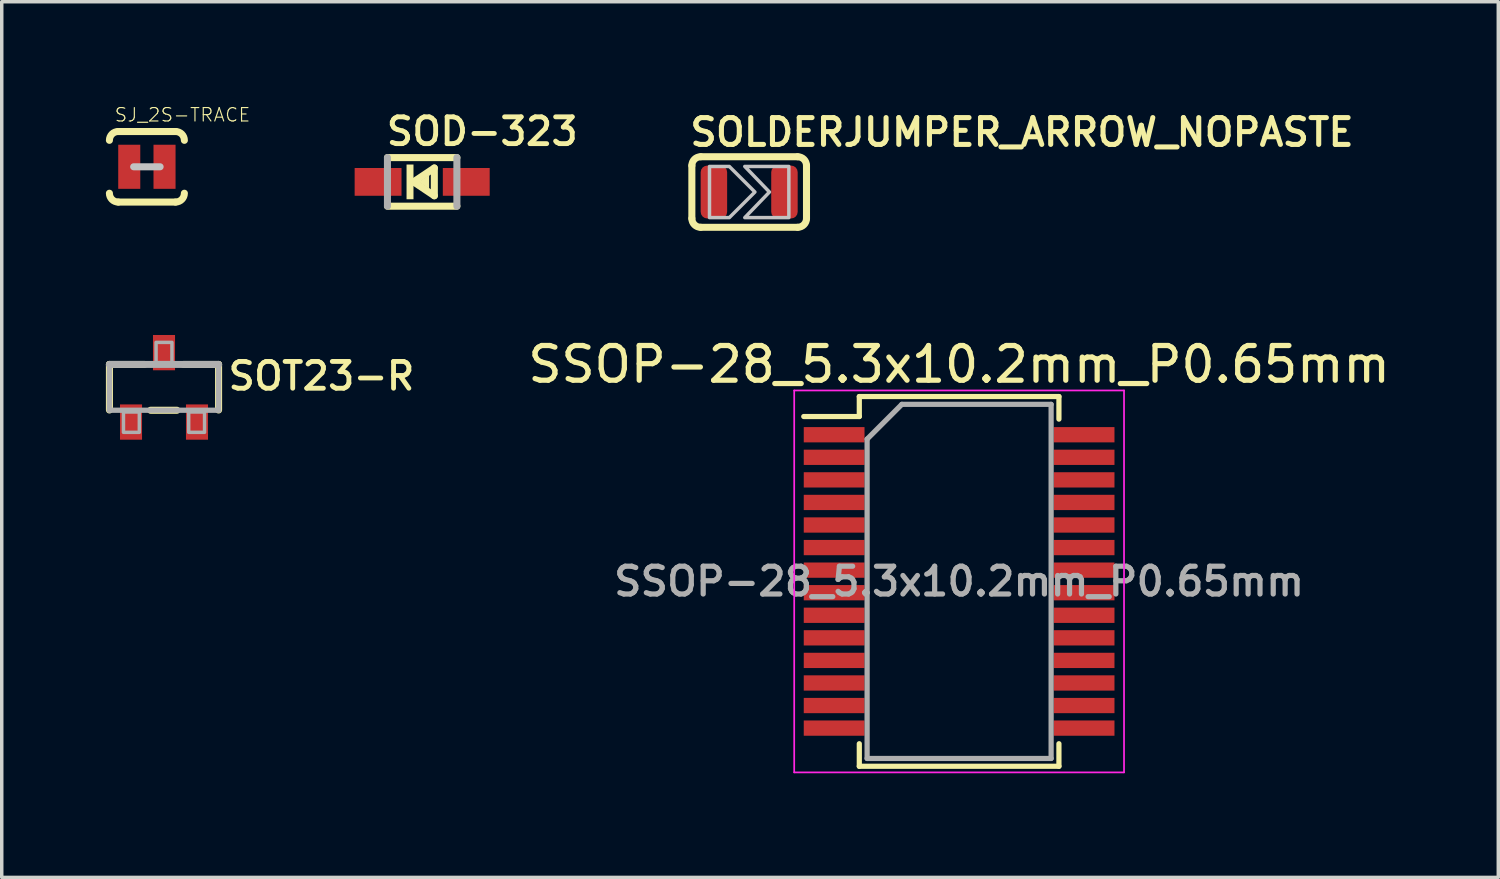
<source format=kicad_pcb>
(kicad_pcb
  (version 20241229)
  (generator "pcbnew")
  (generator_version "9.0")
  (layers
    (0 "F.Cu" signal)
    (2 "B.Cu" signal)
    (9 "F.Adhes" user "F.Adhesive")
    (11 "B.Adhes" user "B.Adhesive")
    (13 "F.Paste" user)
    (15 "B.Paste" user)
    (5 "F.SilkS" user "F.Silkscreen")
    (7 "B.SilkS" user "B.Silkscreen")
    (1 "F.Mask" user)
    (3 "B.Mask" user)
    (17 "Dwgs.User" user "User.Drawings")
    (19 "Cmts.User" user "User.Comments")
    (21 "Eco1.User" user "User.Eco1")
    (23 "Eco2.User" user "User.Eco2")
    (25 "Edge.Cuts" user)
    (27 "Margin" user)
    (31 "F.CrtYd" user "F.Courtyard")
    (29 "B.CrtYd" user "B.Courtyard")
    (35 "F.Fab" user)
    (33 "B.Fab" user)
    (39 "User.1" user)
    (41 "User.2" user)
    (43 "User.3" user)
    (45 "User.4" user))
  (footprint "SOLDERJUMPER_ARROW_NOPASTE"
    (layer "F.Cu")
    (at 18.529 2.481)
    (property "Reference" "SOLDERJUMPER_ARROW_NOPASTE" (at -1.778 -1.27 0) (layer "F.SilkS") (effects (font (size 0.772 0.772) (thickness 0.146)) (justify left bottom)))
    (attr through_hole)
    (fp_poly (pts (xy -1.46 0.826) (xy 1.46 0.826) (xy 1.46 -0.826) (xy -1.46 -0.826)) (stroke (width 0) (type solid)) (fill yes) (layer "F.Mask"))
    (fp_line (start -1.651 0.762) (end -1.651 -0.762) (stroke (width 0.203) (type solid)) (layer "F.SilkS"))
    (fp_line (start -1.397 -1.016) (end 1.397 -1.016) (stroke (width 0.203) (type solid)) (layer "F.SilkS"))
    (fp_line (start 1.397 1.016) (end -1.397 1.016) (stroke (width 0.203) (type solid)) (layer "F.SilkS"))
    (fp_line (start 1.651 0.762) (end 1.651 -0.762) (stroke (width 0.203) (type solid)) (layer "F.SilkS"))
    (fp_arc (start -1.651 -0.762) (mid -1.576605 -0.941605) (end -1.397 -1.016) (stroke (width 0.2032) (type solid)) (layer "F.SilkS"))
    (fp_arc (start -1.397 1.016) (mid -1.576605 0.941605) (end -1.651 0.762) (stroke (width 0.2032) (type solid)) (layer "F.SilkS"))
    (fp_arc (start 1.397 -1.016) (mid 1.576605 -0.941605) (end 1.651 -0.762) (stroke (width 0.2032) (type solid)) (layer "F.SilkS"))
    (fp_arc (start 1.651 0.762) (mid 1.576605 0.941605) (end 1.397 1.016) (stroke (width 0.2032) (type solid)) (layer "F.SilkS"))
    (fp_poly (pts (xy -1.143 -0.737) (xy -0.572 -0.737) (xy 0.165 0) (xy -0.572 0.737) (xy -1.143 0.737)) (stroke (width 0.1) (type solid)) (fill no) (layer "Dwgs.User"))
    (fp_poly (pts (xy -0.127 -0.737) (xy 0.584 0) (xy -0.127 0.737) (xy 1.143 0.737) (xy 1.143 -0.737)) (stroke (width 0.1) (type solid)) (fill no) (layer "Dwgs.User"))
    (pad "1" smd roundrect (at -1.016 0) (size 0.762 1.524) (layers "F.Cu" "F.Mask") (roundrect_rratio 0.25))
    (pad "2" smd roundrect (at 1.016 0) (size 0.762 1.524) (layers "F.Cu" "F.Mask") (roundrect_rratio 0.25)))
  (footprint "SSOP-28_5.3x10.2mm_P0.65mm"
    (layer "F.Cu")
    (at 24.576 13.697)
    (property "Reference" "SSOP-28_5.3x10.2mm_P0.65mm" (at 0 -6.25 0) (layer "F.SilkS") (effects (font (size 1 1) (thickness 0.15))))
    (attr smd)
    (fp_line (start -2.875 -5.325) (end -2.875 -4.75) (stroke (width 0.15) (type solid)) (layer "F.SilkS"))
    (fp_line (start -2.875 -5.325) (end 2.875 -5.325) (stroke (width 0.15) (type solid)) (layer "F.SilkS"))
    (fp_line (start -2.875 -4.75) (end -4.475 -4.75) (stroke (width 0.15) (type solid)) (layer "F.SilkS"))
    (fp_line (start -2.875 5.325) (end -2.875 4.675) (stroke (width 0.15) (type solid)) (layer "F.SilkS"))
    (fp_line (start -2.875 5.325) (end 2.875 5.325) (stroke (width 0.15) (type solid)) (layer "F.SilkS"))
    (fp_line (start 2.875 -5.325) (end 2.875 -4.675) (stroke (width 0.15) (type solid)) (layer "F.SilkS"))
    (fp_line (start 2.875 5.325) (end 2.875 4.675) (stroke (width 0.15) (type solid)) (layer "F.SilkS"))
    (fp_line (start -4.75 -5.5) (end -4.75 5.5) (stroke (width 0.05) (type solid)) (layer "F.CrtYd"))
    (fp_line (start -4.75 -5.5) (end 4.75 -5.5) (stroke (width 0.05) (type solid)) (layer "F.CrtYd"))
    (fp_line (start -4.75 5.5) (end 4.75 5.5) (stroke (width 0.05) (type solid)) (layer "F.CrtYd"))
    (fp_line (start 4.75 -5.5) (end 4.75 5.5) (stroke (width 0.05) (type solid)) (layer "F.CrtYd"))
    (fp_line (start -2.65 -4.1) (end -1.65 -5.1) (stroke (width 0.15) (type solid)) (layer "F.Fab"))
    (fp_line (start -2.65 5.1) (end -2.65 -4.1) (stroke (width 0.15) (type solid)) (layer "F.Fab"))
    (fp_line (start -1.65 -5.1) (end 2.65 -5.1) (stroke (width 0.15) (type solid)) (layer "F.Fab"))
    (fp_line (start 2.65 -5.1) (end 2.65 5.1) (stroke (width 0.15) (type solid)) (layer "F.Fab"))
    (fp_line (start 2.65 5.1) (end -2.65 5.1) (stroke (width 0.15) (type solid)) (layer "F.Fab"))
    (fp_text user "${REFERENCE}" (at 0 0 0) (layer "F.Fab") (effects (font (size 0.8 0.8) (thickness 0.15))))
    (pad "1" smd rect (at -3.6 -4.225) (size 1.75 0.44) (layers "F.Cu" "F.Mask" "F.Paste"))
    (pad "2" smd rect (at -3.6 -3.575) (size 1.75 0.44) (layers "F.Cu" "F.Mask" "F.Paste"))
    (pad "3" smd rect (at -3.6 -2.925) (size 1.75 0.44) (layers "F.Cu" "F.Mask" "F.Paste"))
    (pad "4" smd rect (at -3.6 -2.275) (size 1.75 0.44) (layers "F.Cu" "F.Mask" "F.Paste"))
    (pad "5" smd rect (at -3.6 -1.625) (size 1.75 0.44) (layers "F.Cu" "F.Mask" "F.Paste"))
    (pad "6" smd rect (at -3.6 -0.975) (size 1.75 0.44) (layers "F.Cu" "F.Mask" "F.Paste"))
    (pad "7" smd rect (at -3.6 -0.325) (size 1.75 0.44) (layers "F.Cu" "F.Mask" "F.Paste"))
    (pad "8" smd rect (at -3.6 0.325) (size 1.75 0.44) (layers "F.Cu" "F.Mask" "F.Paste"))
    (pad "9" smd rect (at -3.6 0.975) (size 1.75 0.44) (layers "F.Cu" "F.Mask" "F.Paste"))
    (pad "10" smd rect (at -3.6 1.625) (size 1.75 0.44) (layers "F.Cu" "F.Mask" "F.Paste"))
    (pad "11" smd rect (at -3.6 2.275) (size 1.75 0.44) (layers "F.Cu" "F.Mask" "F.Paste"))
    (pad "12" smd rect (at -3.6 2.925) (size 1.75 0.44) (layers "F.Cu" "F.Mask" "F.Paste"))
    (pad "13" smd rect (at -3.6 3.575) (size 1.75 0.44) (layers "F.Cu" "F.Mask" "F.Paste"))
    (pad "14" smd rect (at -3.6 4.225) (size 1.75 0.44) (layers "F.Cu" "F.Mask" "F.Paste"))
    (pad "15" smd rect (at 3.6 4.225) (size 1.75 0.44) (layers "F.Cu" "F.Mask" "F.Paste"))
    (pad "16" smd rect (at 3.6 3.575) (size 1.75 0.44) (layers "F.Cu" "F.Mask" "F.Paste"))
    (pad "17" smd rect (at 3.6 2.925) (size 1.75 0.44) (layers "F.Cu" "F.Mask" "F.Paste"))
    (pad "18" smd rect (at 3.6 2.275) (size 1.75 0.44) (layers "F.Cu" "F.Mask" "F.Paste"))
    (pad "19" smd rect (at 3.6 1.625) (size 1.75 0.44) (layers "F.Cu" "F.Mask" "F.Paste"))
    (pad "20" smd rect (at 3.6 0.975) (size 1.75 0.44) (layers "F.Cu" "F.Mask" "F.Paste"))
    (pad "21" smd rect (at 3.6 0.325) (size 1.75 0.44) (layers "F.Cu" "F.Mask" "F.Paste"))
    (pad "22" smd rect (at 3.6 -0.325) (size 1.75 0.44) (layers "F.Cu" "F.Mask" "F.Paste"))
    (pad "23" smd rect (at 3.6 -0.975) (size 1.75 0.44) (layers "F.Cu" "F.Mask" "F.Paste"))
    (pad "24" smd rect (at 3.6 -1.625) (size 1.75 0.44) (layers "F.Cu" "F.Mask" "F.Paste"))
    (pad "25" smd rect (at 3.6 -2.275) (size 1.75 0.44) (layers "F.Cu" "F.Mask" "F.Paste"))
    (pad "26" smd rect (at 3.6 -2.925) (size 1.75 0.44) (layers "F.Cu" "F.Mask" "F.Paste"))
    (pad "27" smd rect (at 3.6 -3.575) (size 1.75 0.44) (layers "F.Cu" "F.Mask" "F.Paste"))
    (pad "28" smd rect (at 3.6 -4.225) (size 1.75 0.44) (layers "F.Cu" "F.Mask" "F.Paste")))
  (footprint "SOD-323"
    (layer "F.Cu")
    (at 9.11 2.189)
    (property "Reference" "SOD-323" (at -1.1 -1 0) (layer "F.SilkS") (effects (font (size 0.772 0.772) (thickness 0.139)) (justify left bottom)))
    (attr through_hole)
    (fp_line (start -1 -0.7) (end 1 -0.7) (stroke (width 0.203) (type solid)) (layer "F.SilkS"))
    (fp_line (start -0.25 0) (end 0.35 -0.4) (stroke (width 0.203) (type solid)) (layer "F.SilkS"))
    (fp_line (start 0.35 -0.4) (end 0.35 0.4) (stroke (width 0.203) (type solid)) (layer "F.SilkS"))
    (fp_line (start 0.35 0.4) (end -0.25 0) (stroke (width 0.203) (type solid)) (layer "F.SilkS"))
    (fp_line (start 1 0.7) (end -1 0.7) (stroke (width 0.203) (type solid)) (layer "F.SilkS"))
    (fp_poly (pts (xy -0.1 0) (xy 0.2 -0.2) (xy 0.2 0.2)) (stroke (width 0) (type solid)) (fill yes) (layer "F.SilkS"))
    (fp_poly (pts (xy -0.45 0.5) (xy -0.25 0.5) (xy -0.25 -0.5) (xy -0.45 -0.5)) (stroke (width 0) (type solid)) (fill yes) (layer "F.SilkS"))
    (fp_line (start -1 0.7) (end -1 -0.7) (stroke (width 0.203) (type solid)) (layer "F.Fab"))
    (fp_line (start 1 -0.7) (end 1 0.7) (stroke (width 0.203) (type solid)) (layer "F.Fab"))
    (pad "A" smd rect (at 1.27 0) (size 1.35 0.8) (layers "F.Cu" "F.Mask" "F.Paste"))
    (pad "C" smd rect (at -1.27 0) (size 1.35 0.8) (layers "F.Cu" "F.Mask" "F.Paste")))
  (footprint "SJ_2S-TRACE"
    (layer "F.Cu")
    (at 1.181 1.754)
    (property "Reference" "SJ_2S-TRACE" (at -0.953 -1.27 0) (layer "F.SilkS") (effects (font (size 0.386 0.386) (thickness 0.033)) (justify left bottom)))
    (attr through_hole)
    (fp_line (start -0.826 -1.016) (end 0.826 -1.016) (stroke (width 0.203) (type solid)) (layer "F.SilkS"))
    (fp_line (start 0.826 1.016) (end -0.826 1.016) (stroke (width 0.203) (type solid)) (layer "F.SilkS"))
    (fp_arc (start -1.0795 -0.762) (mid -1.005105 -0.941605) (end -0.8255 -1.016) (stroke (width 0.2032) (type solid)) (layer "F.SilkS"))
    (fp_arc (start -0.8255 1.016) (mid -1.005105 0.941605) (end -1.0795 0.762) (stroke (width 0.2032) (type solid)) (layer "F.SilkS"))
    (fp_arc (start 0.8255 -1.016) (mid 1.005105 -0.941605) (end 1.0795 -0.762) (stroke (width 0.2032) (type solid)) (layer "F.SilkS"))
    (fp_arc (start 1.0795 0.762) (mid 1.005105 0.941605) (end 0.8255 1.016) (stroke (width 0.2032) (type solid)) (layer "F.SilkS"))
    (fp_line (start -0.381 0) (end 0.381 0) (stroke (width 0.203) (type solid)) (layer "Dwgs.User"))
    (pad "1" smd rect (at -0.508 0) (size 0.635 1.27) (layers "F.Cu" "F.Mask"))
    (pad "2" smd rect (at 0.508 0) (size 0.635 1.27) (layers "F.Cu" "F.Mask")))
  (footprint "SOT23-R"
    (layer "F.Cu")
    (at 1.674 8.107)
    (property "Reference" "SOT23-R" (at 1.778 0.127 0) (layer "F.SilkS") (effects (font (size 0.772 0.772) (thickness 0.139)) (justify left bottom)))
    (attr through_hole)
    (fp_line (start -1.572 -0.66) (end -0.564 -0.66) (stroke (width 0.203) (type solid)) (layer "F.SilkS"))
    (fp_line (start -1.572 0.652) (end -1.572 -0.66) (stroke (width 0.203) (type solid)) (layer "F.SilkS"))
    (fp_line (start 0.372 0.66) (end -0.386 0.66) (stroke (width 0.203) (type solid)) (layer "F.SilkS"))
    (fp_line (start 0.564 -0.66) (end 1.572 -0.66) (stroke (width 0.203) (type solid)) (layer "F.SilkS"))
    (fp_line (start 1.572 -0.66) (end 1.572 0.652) (stroke (width 0.203) (type solid)) (layer "F.SilkS"))
    (fp_line (start -1.572 -0.66) (end 1.572 -0.66) (stroke (width 0.203) (type solid)) (layer "F.Fab"))
    (fp_line (start -1.572 0.66) (end -1.572 -0.66) (stroke (width 0.152) (type solid)) (layer "F.Fab"))
    (fp_line (start 1.572 -0.66) (end 1.572 0.66) (stroke (width 0.152) (type solid)) (layer "F.Fab"))
    (fp_line (start 1.572 0.66) (end -1.572 0.66) (stroke (width 0.152) (type solid)) (layer "F.Fab"))
    (fp_poly (pts (xy -1.168 1.295) (xy -0.711 1.295) (xy -0.711 0.711) (xy -1.168 0.711)) (stroke (width 0.1) (type solid)) (fill no) (layer "F.Fab"))
    (fp_poly (pts (xy -0.229 -0.711) (xy 0.229 -0.711) (xy 0.229 -1.295) (xy -0.229 -1.295)) (stroke (width 0.1) (type solid)) (fill no) (layer "F.Fab"))
    (fp_poly (pts (xy 0.711 1.295) (xy 1.168 1.295) (xy 1.168 0.711) (xy 0.711 0.711)) (stroke (width 0.1) (type solid)) (fill no) (layer "F.Fab"))
    (pad "1" smd rect (at -0.95 1) (size 0.635 1.016) (layers "F.Cu" "F.Mask" "F.Paste"))
    (pad "2" smd rect (at 0.95 1) (size 0.635 1.016) (layers "F.Cu" "F.Mask" "F.Paste"))
    (pad "3" smd rect (at 0 -1) (size 0.635 1.016) (layers "F.Cu" "F.Mask" "F.Paste")))
  (gr_rect
    (start -3 -3)
    (end 40.106 22.222)
    (stroke (width 0.1) (type default))
    (fill no)
    (layer "Edge.Cuts")))
</source>
